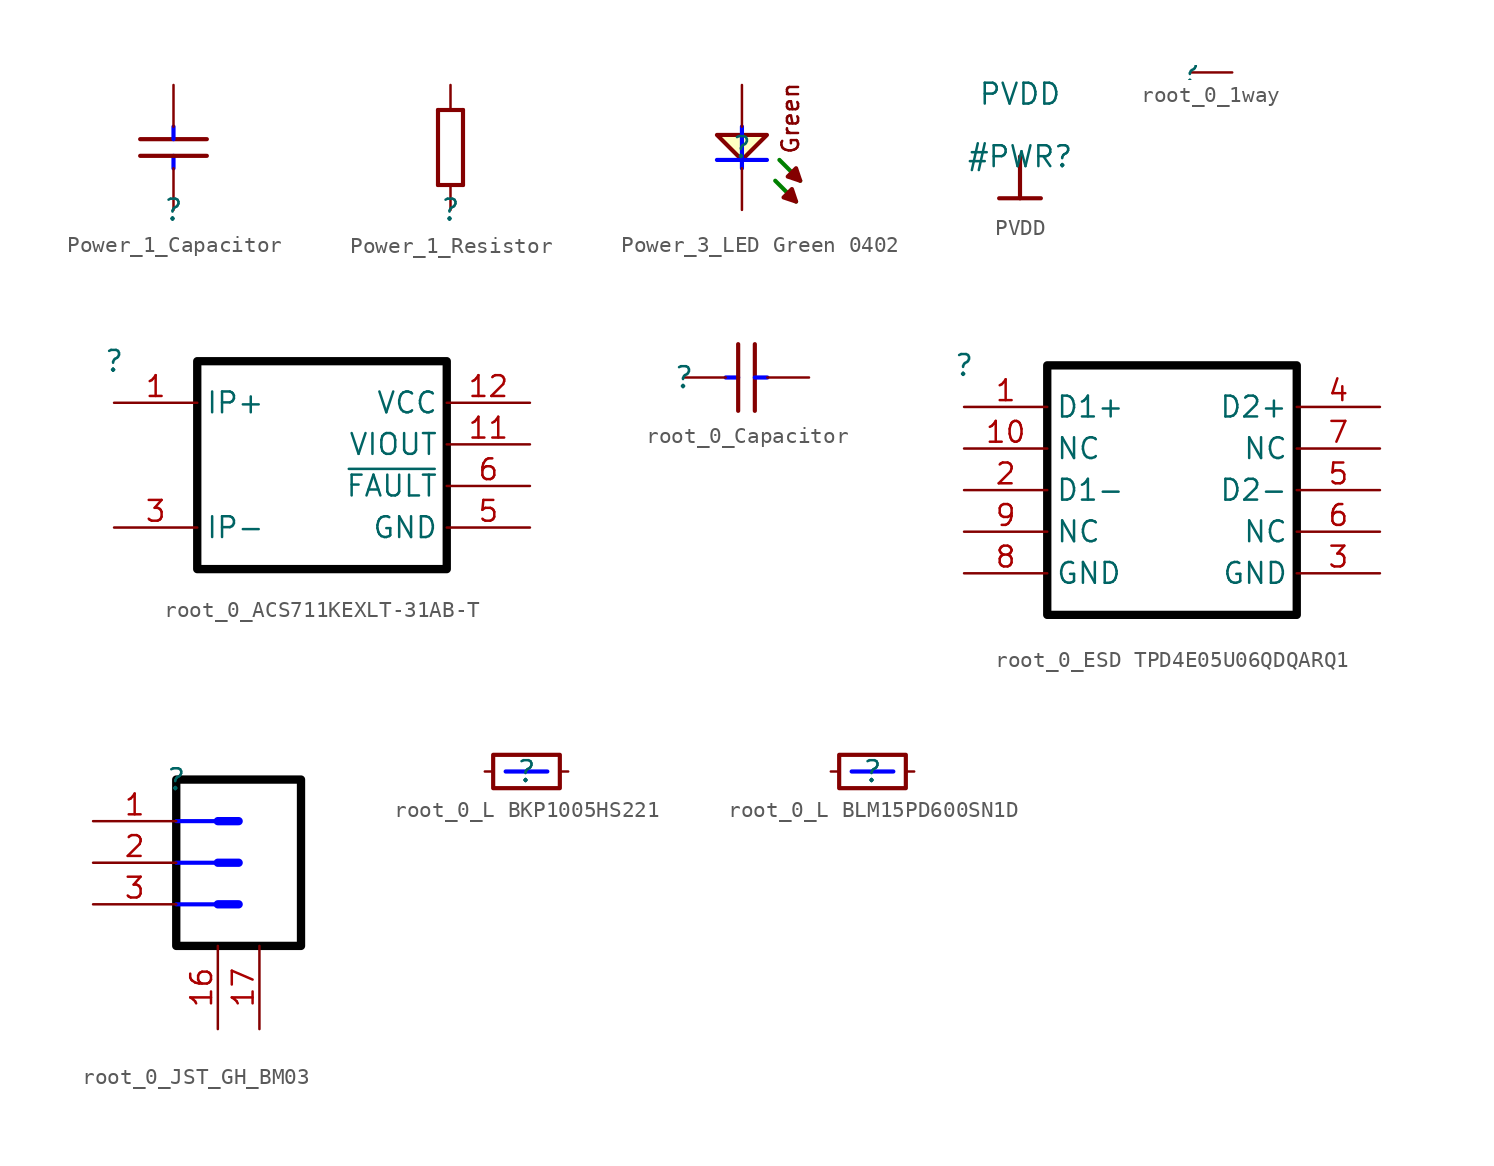
<source format=kicad_sym>
(kicad_symbol_lib
  (version 20220914)
  (generator kicad_symbol_editor)
  (symbol "Power_1_Capacitor"
    (property "Reference" ""
      (at 0 0 0)
      (effects (font (size 1.27 1.27))))
    (property "Value" ""
      (at 0 0 0)
      (effects (font (size 1.27 1.27))))
    (symbol "Power_1_Capacitor_1_0"
      (polyline (pts (xy -2.032 4.318) (xy 2.032 4.318)) (stroke (width 0.254) (type solid)) (fill (type none)))
      (polyline (pts (xy 0 2.54) (xy 0 3.302)) (stroke (width 0.254) (type solid) (color 0 0 255 1)) (fill (type none)))
      (polyline (pts (xy 0 5.08) (xy 0 4.318)) (stroke (width 0.254) (type solid) (color 0 0 255 1)) (fill (type none)))
      (polyline (pts (xy 2.032 3.302) (xy -2.032 3.302)) (stroke (width 0.254) (type solid)) (fill (type none)))
      (pin passive line (at 0 0 90) (length 2.54) (name "1" (effects (font (size 0 0)))) (number "1" (effects (font (size 0 0)))))
      (pin passive line (at 0 7.62 270) (length 2.54) (name "2" (effects (font (size 0 0)))) (number "2" (effects (font (size 0 0)))))))
  (symbol "Power_1_Resistor"
    (property "Reference" ""
      (at 0 0 0)
      (effects (font (size 1.27 1.27))))
    (property "Value" ""
      (at 0 0 0)
      (effects (font (size 1.27 1.27))))
    (symbol "Power_1_Resistor_1_0"
      (polyline (pts (xy -0.762 1.524) (xy 0.762 1.524)) (stroke (width 0.254) (type solid)) (fill (type none)))
      (polyline (pts (xy -0.762 6.096) (xy -0.762 1.524)) (stroke (width 0.254) (type solid)) (fill (type none)))
      (polyline (pts (xy 0.762 1.524) (xy 0.762 6.096)) (stroke (width 0.254) (type solid)) (fill (type none)))
      (polyline (pts (xy 0.762 6.096) (xy -0.762 6.096)) (stroke (width 0.254) (type solid)) (fill (type none)))
      (pin passive line (at 0 0 90) (length 1.524) (name "1" (effects (font (size 0 0)))) (number "1" (effects (font (size 0 0)))))
      (pin passive line (at 0 7.62 270) (length 1.524) (name "2" (effects (font (size 0 0)))) (number "2" (effects (font (size 0 0)))))))
  (symbol "Power_3_LED Green 0402"
    (property "Reference" ""
      (at 0 0 0)
      (effects (font (size 1.27 1.27))))
    (property "Value" ""
      (at 0 0 0)
      (effects (font (size 1.27 1.27))))
    (symbol "Power_3_LED Green 0402_1_0"
      (polyline (pts (xy 0 1.27) (xy 0 -1.27)) (stroke (width 0.254) (type solid) (color 0 0 255 1)) (fill (type none)))
      (polyline (pts (xy 1.524 -0.762) (xy -1.524 -0.762)) (stroke (width 0.254) (type solid) (color 0 0 255 1)) (fill (type none)))
      (polyline (pts (xy 2.032 -2.032) (xy 3.302 -3.302)) (stroke (width 0.254) (type solid) (color 0 128 0 1)) (fill (type none)))
      (polyline (pts (xy 2.286 -0.762) (xy 3.556 -2.032)) (stroke (width 0.254) (type solid) (color 0 128 0 1)) (fill (type none)))
      (polyline (pts (xy -1.524 0.762) (xy 0 -0.762) (xy 1.524 0.762) (xy -1.524 0.762)) (stroke (width 0.254) (type solid)) (fill (type background)))
      (polyline (pts (xy 3.302 -3.302) (xy 3.048 -2.54) (xy 2.54 -3.048) (xy 3.302 -3.302)) (stroke (width 0.254) (type solid)) (fill (type outline)))
      (polyline (pts (xy 3.556 -2.032) (xy 3.302 -1.27) (xy 2.794 -1.778) (xy 3.556 -2.032)) (stroke (width 0.254) (type solid)) (fill (type outline)))
      (text "Green" (at 3.556 1.778 900) (effects (font (size 1.016 1.016)) (justify bottom)))
      (pin passive line (at 0 -3.81 90) (length 2.54) (name "C" (effects (font (size 0 0)))) (number "1" (effects (font (size 0 0)))))
      (pin passive line (at 0 3.81 270) (length 2.54) (name "A" (effects (font (size 0 0)))) (number "2" (effects (font (size 0 0)))))))
  (symbol "PVDD"
    (power)
    (property "Reference" "#PWR"
      (at 0 0 0)
      (effects (font (size 1.27 1.27))))
    (property "Value" "PVDD"
      (at 0 3.81 0)
      (effects (font (size 1.27 1.27))))
    (symbol "PVDD_0_0"
      (polyline (pts (xy -1.27 -2.54) (xy 1.27 -2.54)) (stroke (width 0.254) (type solid)) (fill (type none)))
      (polyline (pts (xy 0 0) (xy 0 -2.54)) (stroke (width 0.254) (type solid)) (fill (type none)))
      (pin power_in line (at 0 0 0) (length 0) hide (name "PVDD" (effects (font (size 1.27 1.27)))) (number "" (effects (font (size 1.27 1.27)))))))
  (symbol "root_0_1way"
    (property "Reference" ""
      (at 0 0 0)
      (effects (font (size 1.27 1.27))))
    (property "Value" ""
      (at 0 0 0)
      (effects (font (size 1.27 1.27))))
    (symbol "root_0_1way_1_0"
      (pin passive line (at 2.54 0 180) (length 2.54) (name "1" (effects (font (size 0 0)))) (number "1" (effects (font (size 0 0)))))))
  (symbol "root_0_ACS711KEXLT-31AB-T"
    (property "Reference" ""
      (at 0 0 0)
      (effects (font (size 1.27 1.27))))
    (property "Value" ""
      (at 0 0 0)
      (effects (font (size 1.27 1.27))))
    (symbol "root_0_ACS711KEXLT-31AB-T_1_0"
      (polyline (pts (xy 20.32 0) (xy 5.08 0) (xy 5.08 -12.7) (xy 20.32 -12.7) (xy 20.32 0)) (stroke (width 0.508) (type solid) (color 0 0 0 1)) (fill (type none)))
      (pin passive line (at 0 -2.54 0) (length 5.08) (name "IP+" (effects (font (size 1.27 1.27)))) (number "1" (effects (font (size 1.27 1.27)))))
      (pin output line (at 25.4 -5.08 180) (length 5.08) (name "VIOUT" (effects (font (size 1.27 1.27)))) (number "11" (effects (font (size 1.27 1.27)))))
      (pin power_in line (at 25.4 -2.54 180) (length 5.08) (name "VCC" (effects (font (size 1.27 1.27)))) (number "12" (effects (font (size 1.27 1.27)))))
      (pin passive line (at 0 -10.16 0) (length 5.08) (name "IP-" (effects (font (size 1.27 1.27)))) (number "3" (effects (font (size 1.27 1.27)))))
      (pin power_in line (at 25.4 -10.16 180) (length 5.08) (name "GND" (effects (font (size 1.27 1.27)))) (number "5" (effects (font (size 1.27 1.27)))))
      (pin open_collector line (at 25.4 -7.62 180) (length 5.08) (name "~{FAULT}" (effects (font (size 1.27 1.27)))) (number "6" (effects (font (size 1.27 1.27)))))))
  (symbol "root_0_Capacitor"
    (property "Reference" ""
      (at 0 0 0)
      (effects (font (size 1.27 1.27))))
    (property "Value" ""
      (at 0 0 0)
      (effects (font (size 1.27 1.27))))
    (symbol "root_0_Capacitor_1_0"
      (polyline (pts (xy 2.54 0) (xy 3.302 0)) (stroke (width 0.254) (type solid) (color 0 0 255 1)) (fill (type none)))
      (polyline (pts (xy 3.302 -2.032) (xy 3.302 2.032)) (stroke (width 0.254) (type solid)) (fill (type none)))
      (polyline (pts (xy 4.318 2.032) (xy 4.318 -2.032)) (stroke (width 0.254) (type solid)) (fill (type none)))
      (polyline (pts (xy 5.08 0) (xy 4.318 0)) (stroke (width 0.254) (type solid) (color 0 0 255 1)) (fill (type none)))
      (pin passive line (at 0 0 0) (length 2.54) (name "1" (effects (font (size 0 0)))) (number "1" (effects (font (size 0 0)))))
      (pin passive line (at 7.62 0 180) (length 2.54) (name "2" (effects (font (size 0 0)))) (number "2" (effects (font (size 0 0)))))))
  (symbol "root_0_ESD TPD4E05U06QDQARQ1"
    (property "Reference" ""
      (at 0 0 0)
      (effects (font (size 1.27 1.27))))
    (property "Value" ""
      (at 0 0 0)
      (effects (font (size 1.27 1.27))))
    (symbol "root_0_ESD TPD4E05U06QDQARQ1_1_0"
      (polyline (pts (xy 5.08 0) (xy 5.08 -15.24) (xy 20.32 -15.24) (xy 20.32 0) (xy 5.08 0)) (stroke (width 0.508) (type solid) (color 0 0 0 1)) (fill (type none)))
      (pin passive line (at 0 -2.54 0) (length 5.08) (name "D1+" (effects (font (size 1.27 1.27)))) (number "1" (effects (font (size 1.27 1.27)))))
      (pin passive line (at 0 -5.08 0) (length 5.08) (name "NC" (effects (font (size 1.27 1.27)))) (number "10" (effects (font (size 1.27 1.27)))))
      (pin passive line (at 0 -7.62 0) (length 5.08) (name "D1-" (effects (font (size 1.27 1.27)))) (number "2" (effects (font (size 1.27 1.27)))))
      (pin power_in line (at 25.4 -12.7 180) (length 5.08) (name "GND" (effects (font (size 1.27 1.27)))) (number "3" (effects (font (size 1.27 1.27)))))
      (pin passive line (at 25.4 -2.54 180) (length 5.08) (name "D2+" (effects (font (size 1.27 1.27)))) (number "4" (effects (font (size 1.27 1.27)))))
      (pin passive line (at 25.4 -7.62 180) (length 5.08) (name "D2-" (effects (font (size 1.27 1.27)))) (number "5" (effects (font (size 1.27 1.27)))))
      (pin passive line (at 25.4 -10.16 180) (length 5.08) (name "NC" (effects (font (size 1.27 1.27)))) (number "6" (effects (font (size 1.27 1.27)))))
      (pin passive line (at 25.4 -5.08 180) (length 5.08) (name "NC" (effects (font (size 1.27 1.27)))) (number "7" (effects (font (size 1.27 1.27)))))
      (pin power_in line (at 0 -12.7 0) (length 5.08) (name "GND" (effects (font (size 1.27 1.27)))) (number "8" (effects (font (size 1.27 1.27)))))
      (pin passive line (at 0 -10.16 0) (length 5.08) (name "NC" (effects (font (size 1.27 1.27)))) (number "9" (effects (font (size 1.27 1.27)))))))
  (symbol "root_0_JST_GH_BM03"
    (property "Reference" ""
      (at 0 0 0)
      (effects (font (size 1.27 1.27))))
    (property "Value" ""
      (at 0 0 0)
      (effects (font (size 1.27 1.27))))
    (symbol "root_0_JST_GH_BM03_1_0"
      (polyline (pts (xy 0 -7.62) (xy 2.54 -7.62)) (stroke (width 0.254) (type solid) (color 0 0 255 1)) (fill (type none)))
      (polyline (pts (xy 0 -5.08) (xy 2.54 -5.08)) (stroke (width 0.254) (type solid) (color 0 0 255 1)) (fill (type none)))
      (polyline (pts (xy 0 -2.54) (xy 2.54 -2.54)) (stroke (width 0.254) (type solid) (color 0 0 255 1)) (fill (type none)))
      (polyline (pts (xy 3.81 -7.62) (xy 2.54 -7.62)) (stroke (width 0.508) (type solid) (color 0 0 255 1)) (fill (type none)))
      (polyline (pts (xy 3.81 -5.08) (xy 2.54 -5.08)) (stroke (width 0.508) (type solid) (color 0 0 255 1)) (fill (type none)))
      (polyline (pts (xy 3.81 -2.54) (xy 2.54 -2.54)) (stroke (width 0.508) (type solid) (color 0 0 255 1)) (fill (type none)))
      (polyline (pts (xy 0 0) (xy 0 -10.16) (xy 7.62 -10.16) (xy 7.62 0) (xy 0 0)) (stroke (width 0.508) (type solid) (color 0 0 0 1)) (fill (type none)))
      (pin passive line (at -5.08 -2.54 0) (length 5.08) (name "1" (effects (font (size 0 0)))) (number "1" (effects (font (size 1.27 1.27)))))
      (pin passive line (at 2.54 -15.24 90) (length 5.08) (name "16" (effects (font (size 0 0)))) (number "16" (effects (font (size 1.27 1.27)))))
      (pin passive line (at 5.08 -15.24 90) (length 5.08) (name "17" (effects (font (size 0 0)))) (number "17" (effects (font (size 1.27 1.27)))))
      (pin passive line (at -5.08 -5.08 0) (length 5.08) (name "2" (effects (font (size 0 0)))) (number "2" (effects (font (size 1.27 1.27)))))
      (pin passive line (at -5.08 -7.62 0) (length 5.08) (name "3" (effects (font (size 0 0)))) (number "3" (effects (font (size 1.27 1.27)))))))
  (symbol "root_0_L BKP1005HS221"
    (property "Reference" ""
      (at 0 0 0)
      (effects (font (size 1.27 1.27))))
    (property "Value" ""
      (at 0 0 0)
      (effects (font (size 1.27 1.27))))
    (symbol "root_0_L BKP1005HS221_1_0"
      (polyline (pts (xy -1.27 0) (xy 1.27 0)) (stroke (width 0.254) (type solid) (color 0 0 255 1)) (fill (type none)))
      (rectangle (start 2.032 1.016) (end -2.032 -1.016) (stroke (width 0.254) (type solid)) (fill (type none)))
      (pin passive line (at -2.54 0 0) (length 0.508) (name "1" (effects (font (size 0 0)))) (number "1" (effects (font (size 0 0)))))
      (pin passive line (at 2.54 0 180) (length 0.508) (name "2" (effects (font (size 0 0)))) (number "2" (effects (font (size 0 0)))))))
  (symbol "root_0_L BLM15PD600SN1D"
    (property "Reference" ""
      (at 0 0 0)
      (effects (font (size 1.27 1.27))))
    (property "Value" ""
      (at 0 0 0)
      (effects (font (size 1.27 1.27))))
    (symbol "root_0_L BLM15PD600SN1D_1_0"
      (polyline (pts (xy -1.27 0) (xy 1.27 0)) (stroke (width 0.254) (type solid) (color 0 0 255 1)) (fill (type none)))
      (rectangle (start 2.032 1.016) (end -2.032 -1.016) (stroke (width 0.254) (type solid)) (fill (type none)))
      (pin passive line (at -2.54 0 0) (length 0.508) (name "1" (effects (font (size 0 0)))) (number "1" (effects (font (size 0 0)))))
      (pin passive line (at 2.54 0 180) (length 0.508) (name "2" (effects (font (size 0 0)))) (number "2" (effects (font (size 0 0))))))))
</source>
